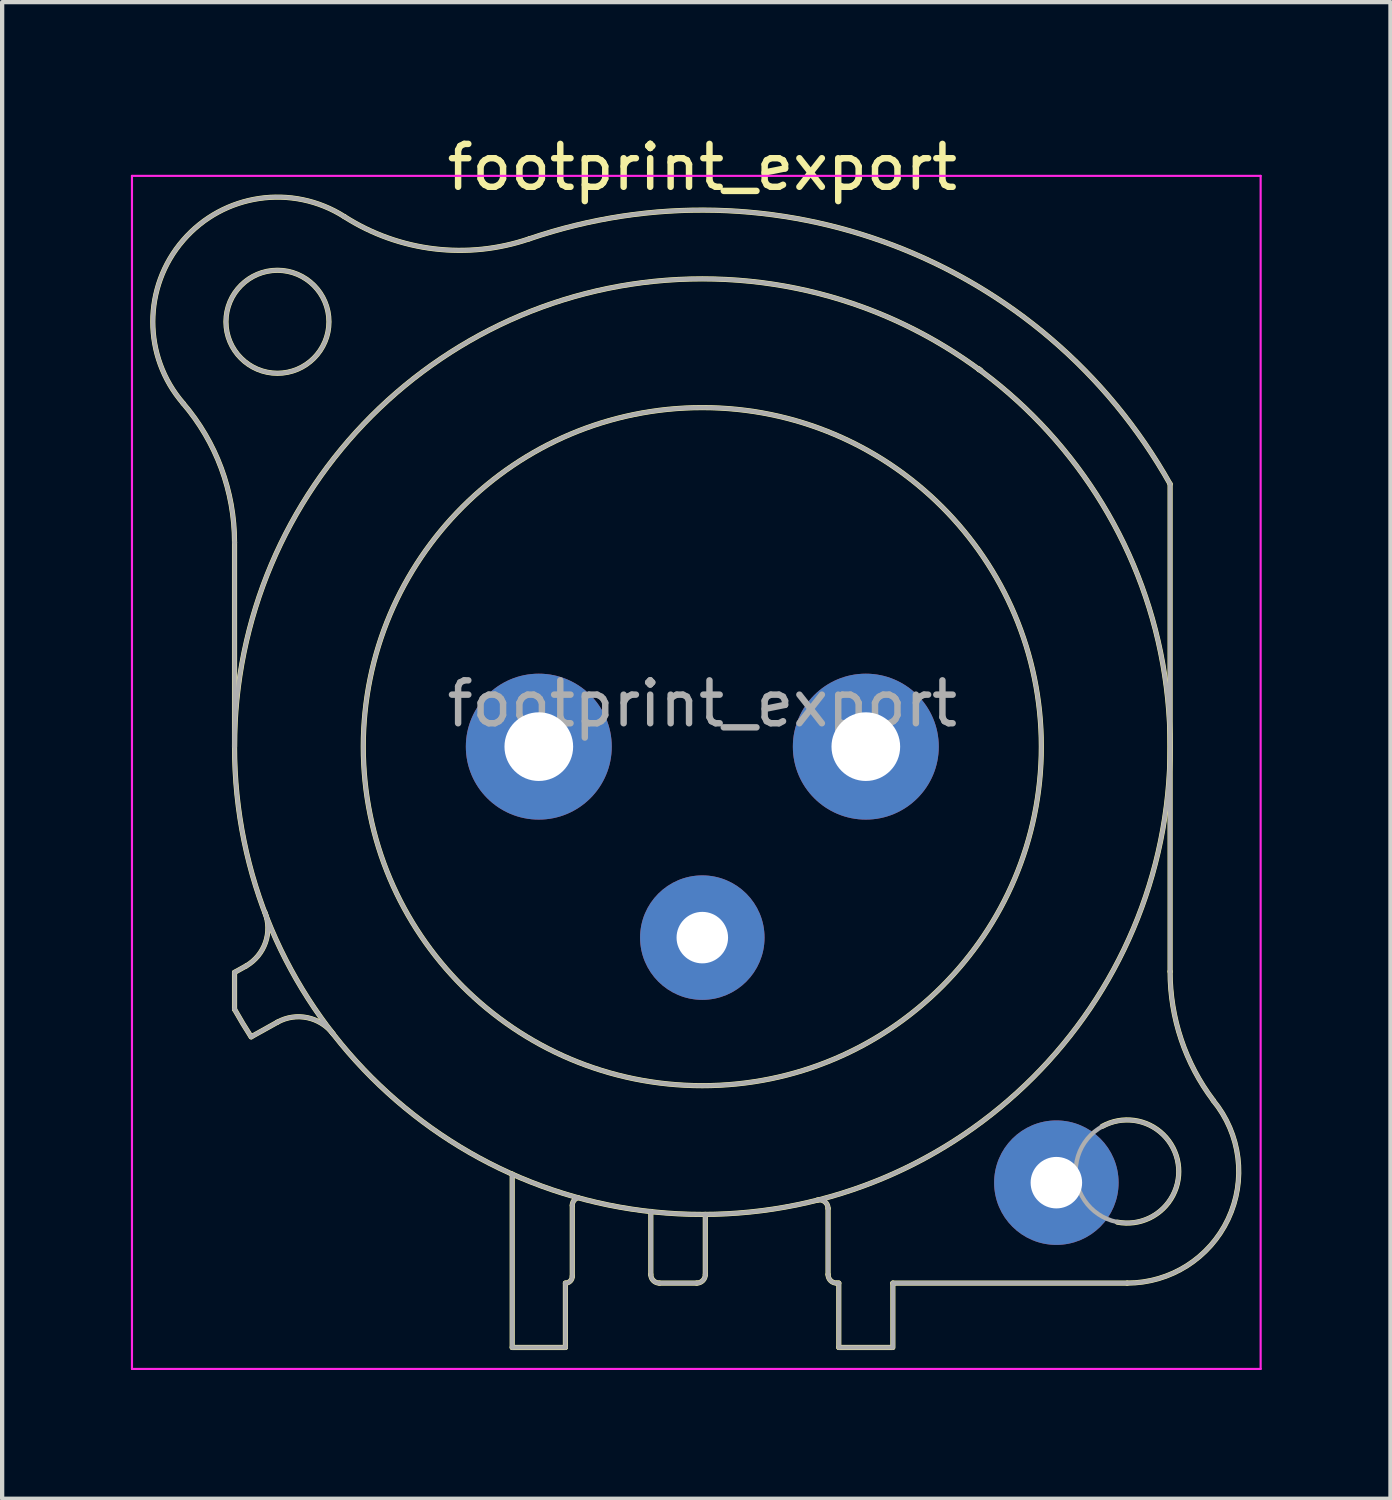
<source format=kicad_pcb>
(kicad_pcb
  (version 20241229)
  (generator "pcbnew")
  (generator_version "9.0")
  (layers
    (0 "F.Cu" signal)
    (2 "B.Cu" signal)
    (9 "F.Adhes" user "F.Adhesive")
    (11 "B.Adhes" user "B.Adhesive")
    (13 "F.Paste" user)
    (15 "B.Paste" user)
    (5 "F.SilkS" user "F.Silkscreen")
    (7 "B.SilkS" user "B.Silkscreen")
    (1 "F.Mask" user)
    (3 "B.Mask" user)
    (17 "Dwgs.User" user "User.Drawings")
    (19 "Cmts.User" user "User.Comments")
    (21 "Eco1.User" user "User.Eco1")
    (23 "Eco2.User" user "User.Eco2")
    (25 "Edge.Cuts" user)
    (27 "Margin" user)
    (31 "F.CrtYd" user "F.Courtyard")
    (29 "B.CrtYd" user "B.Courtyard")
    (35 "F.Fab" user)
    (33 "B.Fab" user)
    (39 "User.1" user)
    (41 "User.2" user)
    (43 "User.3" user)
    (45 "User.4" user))
  (footprint "footprint_export"
    (layer "F.Cu")
    (at 17.125 14.348)
    (property "Reference" "footprint_export" (at -3.81 -13.5 0) (layer "F.SilkS") (effects (font (size 1 1) (thickness 0.15))))
    (attr through_hole)
    (fp_line (start -14.71 0) (end -14.71 -4.76) (stroke (width 0.12) (type solid)) (layer "F.SilkS"))
    (fp_line (start -14.71 5.26) (end -14.71 6.12) (stroke (width 0.12) (type solid)) (layer "F.SilkS"))
    (fp_line (start -14.44 5.11) (end -14.71 5.26) (stroke (width 0.12) (type solid)) (layer "F.SilkS"))
    (fp_line (start -14.32 6.76) (end -13.71 6.42) (stroke (width 0.12) (type solid)) (layer "F.SilkS"))
    (fp_line (start -8.24 9.96) (end -8.24 14) (stroke (width 0.12) (type solid)) (layer "F.SilkS"))
    (fp_line (start -7 12.5) (end -7 14) (stroke (width 0.12) (type solid)) (layer "F.SilkS"))
    (fp_line (start -7 14) (end -8.24 14) (stroke (width 0.12) (type solid)) (layer "F.SilkS"))
    (fp_line (start -6.84 12.34) (end -6.84 10.69) (stroke (width 0.12) (type solid)) (layer "F.SilkS"))
    (fp_line (start -5.01 10.83) (end -5.01 12.3) (stroke (width 0.12) (type solid)) (layer "F.SilkS"))
    (fp_line (start -3.94 12.5) (end -4.81 12.5) (stroke (width 0.12) (type solid)) (layer "F.SilkS"))
    (fp_line (start -3.74 10.9) (end -3.74 12.3) (stroke (width 0.12) (type solid)) (layer "F.SilkS"))
    (fp_line (start -0.88 12.3) (end -0.88 10.76) (stroke (width 0.12) (type solid)) (layer "F.SilkS"))
    (fp_line (start -0.63 12.5) (end -0.68 12.5) (stroke (width 0.12) (type solid)) (layer "F.SilkS"))
    (fp_line (start -0.63 12.5) (end -0.63 14) (stroke (width 0.12) (type solid)) (layer "F.SilkS"))
    (fp_line (start 0.62 14) (end -0.63 14) (stroke (width 0.12) (type solid)) (layer "F.SilkS"))
    (fp_line (start 0.63 12.5) (end 6.09 12.5) (stroke (width 0.12) (type solid)) (layer "F.SilkS"))
    (fp_line (start 0.63 14) (end 0.63 12.5) (stroke (width 0.12) (type solid)) (layer "F.SilkS"))
    (fp_line (start 7.09 5.24) (end 7.09 -6.12) (stroke (width 0.12) (type solid)) (layer "F.SilkS"))
    (fp_arc (start -15.908829 -8.000856) (mid -15.019313 -6.48774) (end -14.71 -4.76) (stroke (width 0.12) (type solid)) (layer "F.SilkS"))
    (fp_arc (start -15.908236 -8.001617) (mid -15.907486 -11.799251) (end -12.15 -12.35) (stroke (width 0.12) (type solid)) (layer "F.SilkS"))
    (fp_arc (start -14.32314 6.763008) (mid -14.521396 6.444407) (end -14.71 6.12) (stroke (width 0.12) (type solid)) (layer "F.SilkS"))
    (fp_arc (start -14.004283 3.855674) (mid -13.989213 4.56375) (end -14.44 5.11) (stroke (width 0.12) (type solid)) (layer "F.SilkS"))
    (fp_arc (start -13.71 6.42) (mid -13.01025 6.315915) (end -12.412202 6.693832) (stroke (width 0.12) (type solid)) (layer "F.SilkS"))
    (fp_arc (start -7.848035 -11.831177) (mid -10.058192 -11.599923) (end -12.15 -12.35) (stroke (width 0.12) (type solid)) (layer "F.SilkS"))
    (fp_arc (start -7.841153 -11.83276) (mid 0.657009 -11.675197) (end 7.09 -6.12) (stroke (width 0.12) (type solid)) (layer "F.SilkS"))
    (fp_arc (start -6.84 10.69) (mid -6.803713 10.578321) (end -6.708713 10.509299) (stroke (width 0.12) (type solid)) (layer "F.SilkS"))
    (fp_arc (start -6.84 12.34) (mid -6.886863 12.453137) (end -7 12.5) (stroke (width 0.12) (type solid)) (layer "F.SilkS"))
    (fp_arc (start -4.81 12.5) (mid -4.951421 12.441421) (end -5.01 12.3) (stroke (width 0.12) (type solid)) (layer "F.SilkS"))
    (fp_arc (start -3.74 12.3) (mid -3.798579 12.441421) (end -3.94 12.5) (stroke (width 0.12) (type solid)) (layer "F.SilkS"))
    (fp_arc (start -1.1294 10.566197) (mid -0.957281 10.602076) (end -0.88 10.76) (stroke (width 0.12) (type solid)) (layer "F.SilkS"))
    (fp_arc (start -0.68 12.5) (mid -0.821421 12.441421) (end -0.88 12.3) (stroke (width 0.12) (type solid)) (layer "F.SilkS"))
    (fp_arc (start 2.636924 -8.782671) (mid 2.628394 -8.791269) (end 2.62 -8.8) (stroke (width 0.12) (type solid)) (layer "F.SilkS"))
    (fp_arc (start 2.680052 -8.767734) (mid 2.65973 -8.7835) (end 2.64 -8.8) (stroke (width 0.12) (type solid)) (layer "F.SilkS"))
    (fp_arc (start 5.507701 8.848226) (mid 7.277502 9.712546) (end 5.86 11.08) (stroke (width 0.12) (type solid)) (layer "F.SilkS"))
    (fp_arc (start 8.095865 8.245761) (mid 8.441704 11.008824) (end 6.09 12.5) (stroke (width 0.12) (type solid)) (layer "F.SilkS"))
    (fp_arc (start 8.098032 8.243976) (mid 7.348729 6.824298) (end 7.09 5.24) (stroke (width 0.12) (type solid)) (layer "F.SilkS"))
    (fp_circle (center -13.71 -9.9) (end -12.51 -9.9) (stroke (width 0.12) (type solid)) (fill no) (layer "F.SilkS"))
    (fp_circle (center -3.81 0) (end 4.09 0) (stroke (width 0.12) (type solid)) (fill no) (layer "F.SilkS"))
    (fp_circle (center -3.81 0) (end 7.09 0) (stroke (width 0.12) (type solid)) (fill no) (layer "F.SilkS"))
    (fp_line (start -17.1 -13.3) (end 9.2 -13.3) (stroke (width 0.05) (type solid)) (layer "F.CrtYd"))
    (fp_line (start -17.1 14.5) (end -17.1 -13.3) (stroke (width 0.05) (type solid)) (layer "F.CrtYd"))
    (fp_line (start 9.2 -13.3) (end 9.2 14.5) (stroke (width 0.05) (type solid)) (layer "F.CrtYd"))
    (fp_line (start 9.2 14.5) (end -17.1 14.5) (stroke (width 0.05) (type solid)) (layer "F.CrtYd"))
    (fp_line (start -14.71 0) (end -14.71 -4.76) (stroke (width 0.1) (type solid)) (layer "F.Fab"))
    (fp_line (start -14.71 5.26) (end -14.71 6.12) (stroke (width 0.1) (type solid)) (layer "F.Fab"))
    (fp_line (start -14.44 5.11) (end -14.71 5.26) (stroke (width 0.1) (type solid)) (layer "F.Fab"))
    (fp_line (start -14.32 6.76) (end -13.71 6.42) (stroke (width 0.1) (type solid)) (layer "F.Fab"))
    (fp_line (start -8.24 9.96) (end -8.24 14) (stroke (width 0.1) (type solid)) (layer "F.Fab"))
    (fp_line (start -7 12.5) (end -7 14) (stroke (width 0.1) (type solid)) (layer "F.Fab"))
    (fp_line (start -7 14) (end -8.24 14) (stroke (width 0.1) (type solid)) (layer "F.Fab"))
    (fp_line (start -6.84 12.34) (end -6.84 10.69) (stroke (width 0.1) (type solid)) (layer "F.Fab"))
    (fp_line (start -5.01 10.83) (end -5.01 12.3) (stroke (width 0.1) (type solid)) (layer "F.Fab"))
    (fp_line (start -3.94 12.5) (end -4.81 12.5) (stroke (width 0.1) (type solid)) (layer "F.Fab"))
    (fp_line (start -3.74 10.9) (end -3.74 12.3) (stroke (width 0.1) (type solid)) (layer "F.Fab"))
    (fp_line (start -0.88 12.3) (end -0.88 10.76) (stroke (width 0.1) (type solid)) (layer "F.Fab"))
    (fp_line (start -0.63 12.5) (end -0.68 12.5) (stroke (width 0.1) (type solid)) (layer "F.Fab"))
    (fp_line (start -0.63 12.5) (end -0.63 14) (stroke (width 0.1) (type solid)) (layer "F.Fab"))
    (fp_line (start 0.62 14) (end -0.63 14) (stroke (width 0.1) (type solid)) (layer "F.Fab"))
    (fp_line (start 0.63 12.5) (end 6.09 12.5) (stroke (width 0.1) (type solid)) (layer "F.Fab"))
    (fp_line (start 0.63 14) (end 0.63 12.5) (stroke (width 0.1) (type solid)) (layer "F.Fab"))
    (fp_line (start 7.09 5.24) (end 7.09 -6.12) (stroke (width 0.1) (type solid)) (layer "F.Fab"))
    (fp_arc (start -15.908829 -8.000856) (mid -15.019313 -6.48774) (end -14.71 -4.76) (stroke (width 0.1) (type solid)) (layer "F.Fab"))
    (fp_arc (start -15.908236 -8.001617) (mid -15.907486 -11.799251) (end -12.15 -12.35) (stroke (width 0.1) (type solid)) (layer "F.Fab"))
    (fp_arc (start -14.32314 6.763008) (mid -14.521396 6.444407) (end -14.71 6.12) (stroke (width 0.1) (type solid)) (layer "F.Fab"))
    (fp_arc (start -14.004283 3.855674) (mid -13.989213 4.56375) (end -14.44 5.11) (stroke (width 0.1) (type solid)) (layer "F.Fab"))
    (fp_arc (start -13.71 6.42) (mid -13.01025 6.315915) (end -12.412202 6.693832) (stroke (width 0.1) (type solid)) (layer "F.Fab"))
    (fp_arc (start -7.848035 -11.831177) (mid -10.058192 -11.599923) (end -12.15 -12.35) (stroke (width 0.1) (type solid)) (layer "F.Fab"))
    (fp_arc (start -7.841153 -11.83276) (mid 0.657009 -11.675197) (end 7.09 -6.12) (stroke (width 0.1) (type solid)) (layer "F.Fab"))
    (fp_arc (start -6.84 10.69) (mid -6.803713 10.578321) (end -6.708713 10.509299) (stroke (width 0.1) (type solid)) (layer "F.Fab"))
    (fp_arc (start -6.84 12.34) (mid -6.886863 12.453137) (end -7 12.5) (stroke (width 0.1) (type solid)) (layer "F.Fab"))
    (fp_arc (start -4.81 12.5) (mid -4.951421 12.441421) (end -5.01 12.3) (stroke (width 0.1) (type solid)) (layer "F.Fab"))
    (fp_arc (start -3.74 12.3) (mid -3.798579 12.441421) (end -3.94 12.5) (stroke (width 0.1) (type solid)) (layer "F.Fab"))
    (fp_arc (start -1.1294 10.566197) (mid -0.957281 10.602076) (end -0.88 10.76) (stroke (width 0.1) (type solid)) (layer "F.Fab"))
    (fp_arc (start -0.68 12.5) (mid -0.821421 12.441421) (end -0.88 12.3) (stroke (width 0.1) (type solid)) (layer "F.Fab"))
    (fp_arc (start 2.636924 -8.782671) (mid 2.628394 -8.791269) (end 2.62 -8.8) (stroke (width 0.1) (type solid)) (layer "F.Fab"))
    (fp_arc (start 2.680052 -8.767734) (mid 2.65973 -8.7835) (end 2.64 -8.8) (stroke (width 0.1) (type solid)) (layer "F.Fab"))
    (fp_arc (start 8.095865 8.245761) (mid 8.441704 11.008824) (end 6.09 12.5) (stroke (width 0.1) (type solid)) (layer "F.Fab"))
    (fp_arc (start 8.098032 8.243976) (mid 7.348729 6.824298) (end 7.09 5.24) (stroke (width 0.1) (type solid)) (layer "F.Fab"))
    (fp_circle (center -13.71 -9.9) (end -12.51 -9.9) (stroke (width 0.1) (type solid)) (fill no) (layer "F.Fab"))
    (fp_circle (center -3.81 0) (end 4.09 0) (stroke (width 0.1) (type solid)) (fill no) (layer "F.Fab"))
    (fp_circle (center -3.81 0) (end 7.09 0) (stroke (width 0.1) (type solid)) (fill no) (layer "F.Fab"))
    (fp_circle (center 6.09 9.9) (end 7.29 9.9) (stroke (width 0.1) (type solid)) (fill no) (layer "F.Fab"))
    (fp_text user "${REFERENCE}" (at -3.81 -1 0) (layer "F.Fab") (effects (font (size 1 1) (thickness 0.15))))
    (pad "1" thru_hole circle (at 0 0) (size 3.4 3.4) (drill 1.6) (layers "*.Cu" "*.Mask"))
    (pad "2" thru_hole circle (at -7.62 0) (size 3.4 3.4) (drill 1.6) (layers "*.Cu" "*.Mask"))
    (pad "3" thru_hole circle (at -3.81 4.45) (size 2.9 2.9) (drill 1.2) (layers "*.Cu" "*.Mask"))
    (pad "G" thru_hole circle (at 4.44 10.16) (size 2.9 2.9) (drill 1.2) (layers "*.Cu" "*.Mask")))
  (gr_rect
    (start -3 -3)
    (end 29.35 31.873)
    (stroke (width 0.1) (type default))
    (fill no)
    (layer "Edge.Cuts")))
</source>
